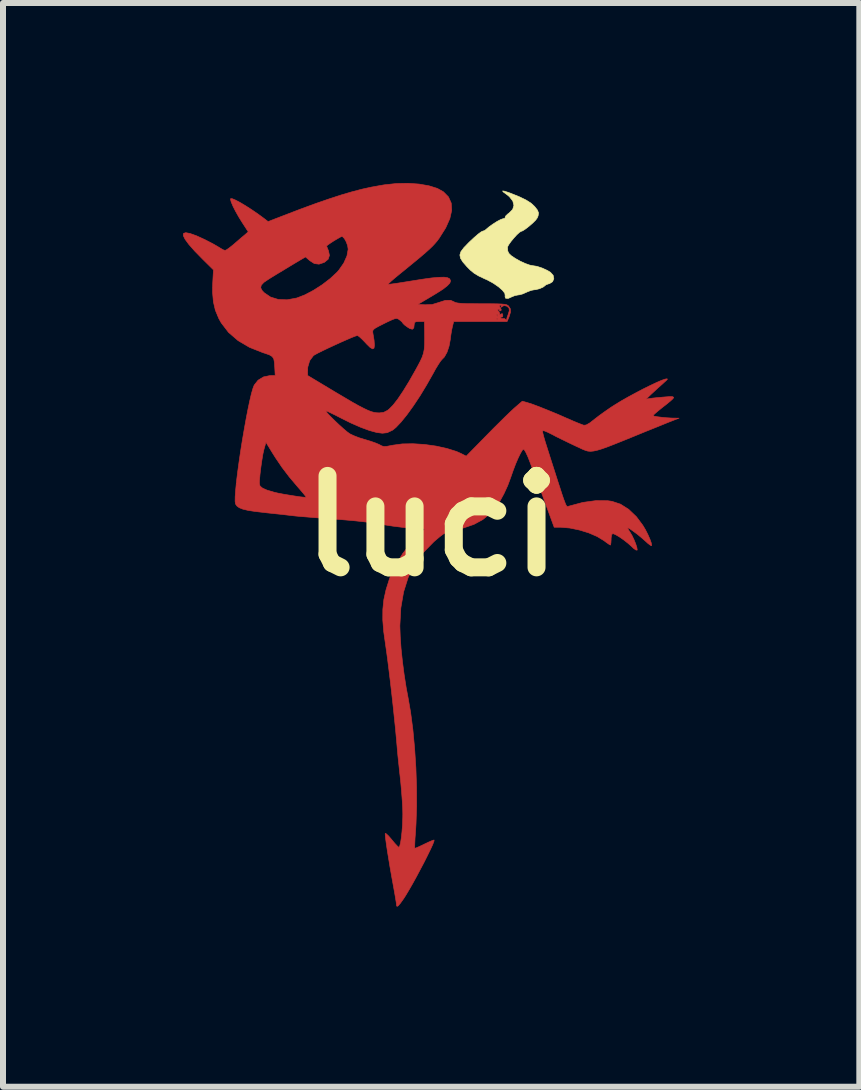
<source format=kicad_pcb>
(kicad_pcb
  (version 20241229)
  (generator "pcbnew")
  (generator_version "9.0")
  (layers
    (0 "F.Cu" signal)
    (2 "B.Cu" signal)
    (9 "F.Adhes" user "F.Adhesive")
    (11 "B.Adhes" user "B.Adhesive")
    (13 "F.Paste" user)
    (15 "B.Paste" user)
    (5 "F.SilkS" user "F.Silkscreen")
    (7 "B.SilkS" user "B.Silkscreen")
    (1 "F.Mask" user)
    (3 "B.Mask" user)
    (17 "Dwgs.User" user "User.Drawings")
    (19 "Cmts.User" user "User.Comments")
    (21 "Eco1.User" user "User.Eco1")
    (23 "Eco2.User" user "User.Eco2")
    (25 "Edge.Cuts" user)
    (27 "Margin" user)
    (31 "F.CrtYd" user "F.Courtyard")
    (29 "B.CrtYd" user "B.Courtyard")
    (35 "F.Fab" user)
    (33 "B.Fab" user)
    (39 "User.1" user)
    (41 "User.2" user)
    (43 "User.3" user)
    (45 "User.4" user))
  (footprint "luci"
    (layer "F.Cu")
    (at 4.151 5.717)
    (property "Reference" "luci" (at 0 0 0) (layer "F.SilkS") (effects (font (size 1.524 1.524) (thickness 0.3))))
    (attr through_hole)
    (fp_poly (pts (xy -0.215 -5.699) (xy -0.05 -5.67) (xy 0.088 -5.627) (xy 0.189 -5.571) (xy 0.274 -5.485) (xy 0.32 -5.382) (xy 0.328 -5.261) (xy 0.297 -5.124) (xy 0.228 -4.969) (xy 0.12 -4.798) (xy 0.115 -4.791) (xy 0.083 -4.748) (xy 0.048 -4.707) (xy 0.007 -4.663) (xy -0.045 -4.613) (xy -0.111 -4.554) (xy -0.196 -4.481) (xy -0.304 -4.392) (xy -0.438 -4.282) (xy -0.548 -4.193) (xy -0.623 -4.131) (xy -0.682 -4.08) (xy -0.721 -4.043) (xy -0.733 -4.028) (xy -0.71 -4.029) (xy -0.653 -4.036) (xy -0.567 -4.048) (xy -0.46 -4.065) (xy -0.342 -4.084) (xy -0.153 -4.114) (xy -0.002 -4.135) (xy 0.115 -4.145) (xy 0.201 -4.147) (xy 0.259 -4.138) (xy 0.293 -4.121) (xy 0.296 -4.117) (xy 0.309 -4.086) (xy 0.297 -4.049) (xy 0.256 -4.005) (xy 0.185 -3.949) (xy 0.079 -3.881) (xy 0.011 -3.84) (xy -0.235 -3.694) (xy -0.114 -3.687) (xy 0.003 -3.692) (xy 0.108 -3.724) (xy 0.22 -3.76) (xy 0.31 -3.762) (xy 0.369 -3.735) (xy 0.392 -3.724) (xy 0.431 -3.716) (xy 0.49 -3.71) (xy 0.577 -3.706) (xy 0.695 -3.705) (xy 0.826 -3.704) (xy 0.97 -3.704) (xy 1.078 -3.703) (xy 1.155 -3.7) (xy 1.208 -3.695) (xy 1.242 -3.688) (xy 1.264 -3.677) (xy 1.277 -3.665) (xy 1.306 -3.619) (xy 1.308 -3.564) (xy 1.285 -3.489) (xy 1.282 -3.481) (xy 1.251 -3.408) (xy 0.361 -3.408) (xy 0.341 -3.328) (xy 0.327 -3.264) (xy 0.313 -3.178) (xy 0.305 -3.111) (xy 0.284 -2.998) (xy 0.25 -2.896) (xy 0.206 -2.817) (xy 0.168 -2.778) (xy 0.143 -2.749) (xy 0.105 -2.692) (xy 0.058 -2.615) (xy 0.02 -2.545) (xy -0.09 -2.351) (xy -0.201 -2.168) (xy -0.312 -2.001) (xy -0.418 -1.854) (xy -0.516 -1.733) (xy -0.602 -1.642) (xy -0.656 -1.598) (xy -0.747 -1.555) (xy -0.827 -1.546) (xy -0.921 -1.558) (xy -1.045 -1.592) (xy -1.191 -1.646) (xy -1.355 -1.718) (xy -1.518 -1.799) (xy -1.609 -1.846) (xy -1.687 -1.884) (xy -1.742 -1.91) (xy -1.769 -1.92) (xy -1.77 -1.92) (xy -1.761 -1.901) (xy -1.727 -1.861) (xy -1.674 -1.807) (xy -1.61 -1.744) (xy -1.541 -1.679) (xy -1.473 -1.618) (xy -1.415 -1.569) (xy -1.371 -1.537) (xy -1.367 -1.535) (xy -1.304 -1.505) (xy -1.217 -1.471) (xy -1.123 -1.442) (xy -1.111 -1.439) (xy -1.022 -1.412) (xy -0.94 -1.383) (xy -0.881 -1.358) (xy -0.874 -1.354) (xy -0.836 -1.334) (xy -0.801 -1.325) (xy -0.756 -1.327) (xy -0.688 -1.34) (xy -0.651 -1.347) (xy -0.497 -1.368) (xy -0.317 -1.371) (xy -0.126 -1.359) (xy 0.067 -1.332) (xy 0.248 -1.292) (xy 0.408 -1.242) (xy 0.488 -1.206) (xy 0.57 -1.164) (xy 0.915 -1.516) (xy 1.021 -1.624) (xy 1.126 -1.728) (xy 1.222 -1.823) (xy 1.304 -1.902) (xy 1.365 -1.959) (xy 1.382 -1.974) (xy 1.505 -2.08) (xy 1.594 -2.055) (xy 1.68 -2.027) (xy 1.797 -1.983) (xy 1.937 -1.927) (xy 2.095 -1.862) (xy 2.261 -1.789) (xy 2.265 -1.788) (xy 2.358 -1.747) (xy 2.44 -1.713) (xy 2.502 -1.689) (xy 2.531 -1.679) (xy 2.57 -1.684) (xy 2.627 -1.716) (xy 2.706 -1.777) (xy 2.708 -1.779) (xy 2.783 -1.837) (xy 2.88 -1.907) (xy 2.984 -1.979) (xy 3.053 -2.023) (xy 3.151 -2.083) (xy 3.265 -2.148) (xy 3.389 -2.215) (xy 3.514 -2.281) (xy 3.633 -2.34) (xy 3.739 -2.39) (xy 3.824 -2.427) (xy 3.881 -2.447) (xy 3.884 -2.448) (xy 3.916 -2.453) (xy 3.924 -2.448) (xy 3.906 -2.427) (xy 3.86 -2.385) (xy 3.842 -2.368) (xy 3.769 -2.304) (xy 3.695 -2.235) (xy 3.651 -2.195) (xy 3.567 -2.114) (xy 3.63 -2.125) (xy 3.681 -2.132) (xy 3.759 -2.14) (xy 3.85 -2.148) (xy 3.873 -2.15) (xy 3.954 -2.156) (xy 4.006 -2.156) (xy 4.027 -2.146) (xy 4.018 -2.124) (xy 3.976 -2.085) (xy 3.903 -2.025) (xy 3.841 -1.977) (xy 3.773 -1.922) (xy 3.719 -1.876) (xy 3.688 -1.847) (xy 3.683 -1.84) (xy 3.702 -1.831) (xy 3.754 -1.821) (xy 3.826 -1.812) (xy 3.909 -1.804) (xy 3.992 -1.799) (xy 4.03 -1.798) (xy 4.117 -1.797) (xy 4.043 -1.769) (xy 4 -1.752) (xy 3.926 -1.723) (xy 3.828 -1.683) (xy 3.712 -1.636) (xy 3.588 -1.586) (xy 3.577 -1.582) (xy 3.365 -1.495) (xy 3.188 -1.423) (xy 3.043 -1.365) (xy 2.925 -1.319) (xy 2.829 -1.285) (xy 2.753 -1.262) (xy 2.692 -1.249) (xy 2.641 -1.244) (xy 2.597 -1.248) (xy 2.556 -1.26) (xy 2.513 -1.277) (xy 2.464 -1.3) (xy 2.412 -1.324) (xy 2.3 -1.377) (xy 2.179 -1.436) (xy 2.067 -1.491) (xy 2.017 -1.518) (xy 1.931 -1.561) (xy 1.876 -1.584) (xy 1.848 -1.588) (xy 1.841 -1.578) (xy 1.848 -1.544) (xy 1.864 -1.481) (xy 1.888 -1.399) (xy 1.904 -1.349) (xy 1.977 -1.118) (xy 2.039 -0.925) (xy 2.09 -0.765) (xy 2.132 -0.636) (xy 2.165 -0.534) (xy 2.191 -0.457) (xy 2.212 -0.401) (xy 2.227 -0.363) (xy 2.239 -0.339) (xy 2.249 -0.327) (xy 2.257 -0.324) (xy 2.265 -0.325) (xy 2.275 -0.329) (xy 2.275 -0.329) (xy 2.514 -0.393) (xy 2.733 -0.423) (xy 2.93 -0.421) (xy 2.999 -0.411) (xy 3.141 -0.364) (xy 3.277 -0.278) (xy 3.406 -0.155) (xy 3.512 -0.013) (xy 3.557 0.062) (xy 3.598 0.143) (xy 3.632 0.22) (xy 3.654 0.282) (xy 3.66 0.322) (xy 3.657 0.329) (xy 3.639 0.321) (xy 3.598 0.29) (xy 3.552 0.248) (xy 3.49 0.194) (xy 3.424 0.139) (xy 3.359 0.091) (xy 3.306 0.053) (xy 3.27 0.032) (xy 3.26 0.032) (xy 3.271 0.058) (xy 3.298 0.1) (xy 3.301 0.104) (xy 3.333 0.158) (xy 3.366 0.227) (xy 3.395 0.298) (xy 3.414 0.358) (xy 3.42 0.397) (xy 3.418 0.403) (xy 3.398 0.4) (xy 3.359 0.373) (xy 3.328 0.343) (xy 3.266 0.288) (xy 3.195 0.232) (xy 3.123 0.182) (xy 3.06 0.145) (xy 3.017 0.127) (xy 3.013 0.127) (xy 2.993 0.145) (xy 2.985 0.201) (xy 2.985 0.222) (xy 2.982 0.279) (xy 2.976 0.313) (xy 2.973 0.318) (xy 2.951 0.306) (xy 2.906 0.275) (xy 2.865 0.244) (xy 2.753 0.176) (xy 2.612 0.115) (xy 2.456 0.067) (xy 2.296 0.034) (xy 2.147 0.021) (xy 2.139 0.021) (xy 2.036 0.021) (xy 1.906 -0.333) (xy 1.862 -0.454) (xy 1.821 -0.566) (xy 1.785 -0.66) (xy 1.759 -0.73) (xy 1.747 -0.762) (xy 1.727 -0.813) (xy 1.697 -0.891) (xy 1.662 -0.985) (xy 1.635 -1.058) (xy 1.597 -1.155) (xy 1.563 -1.228) (xy 1.537 -1.271) (xy 1.525 -1.281) (xy 1.504 -1.262) (xy 1.473 -1.209) (xy 1.435 -1.131) (xy 1.393 -1.033) (xy 1.351 -0.922) (xy 1.312 -0.81) (xy 1.262 -0.675) (xy 1.199 -0.538) (xy 1.132 -0.415) (xy 1.082 -0.339) (xy 0.97 -0.208) (xy 0.845 -0.106) (xy 0.699 -0.027) (xy 0.524 0.033) (xy 0.392 0.064) (xy 0.312 0.082) (xy 0.251 0.102) (xy 0.195 0.13) (xy 0.135 0.174) (xy 0.059 0.238) (xy 0.03 0.263) (xy -0.146 0.443) (xy -0.289 0.64) (xy -0.398 0.858) (xy -0.474 1.099) (xy -0.52 1.365) (xy -0.536 1.659) (xy -0.536 1.672) (xy -0.53 1.843) (xy -0.516 2.044) (xy -0.493 2.261) (xy -0.464 2.483) (xy -0.43 2.699) (xy -0.402 2.847) (xy -0.357 3.106) (xy -0.319 3.397) (xy -0.29 3.71) (xy -0.269 4.033) (xy -0.258 4.357) (xy -0.257 4.671) (xy -0.267 4.965) (xy -0.275 5.1) (xy -0.283 5.2) (xy -0.287 5.285) (xy -0.289 5.344) (xy -0.288 5.37) (xy -0.288 5.371) (xy -0.266 5.366) (xy -0.217 5.345) (xy -0.149 5.313) (xy -0.127 5.302) (xy -0.055 5.268) (xy 0.001 5.244) (xy 0.032 5.234) (xy 0.035 5.235) (xy 0.031 5.259) (xy 0.01 5.313) (xy -0.027 5.393) (xy -0.075 5.491) (xy -0.131 5.603) (xy -0.194 5.722) (xy -0.258 5.843) (xy -0.322 5.959) (xy -0.383 6.065) (xy -0.436 6.154) (xy -0.469 6.206) (xy -0.525 6.285) (xy -0.563 6.33) (xy -0.584 6.341) (xy -0.593 6.321) (xy -0.593 6.314) (xy -0.596 6.28) (xy -0.607 6.213) (xy -0.622 6.123) (xy -0.641 6.018) (xy -0.644 6.001) (xy -0.672 5.847) (xy -0.699 5.694) (xy -0.723 5.548) (xy -0.745 5.414) (xy -0.762 5.298) (xy -0.774 5.208) (xy -0.78 5.147) (xy -0.78 5.124) (xy -0.765 5.129) (xy -0.73 5.161) (xy -0.684 5.213) (xy -0.671 5.229) (xy -0.621 5.289) (xy -0.579 5.334) (xy -0.555 5.355) (xy -0.552 5.355) (xy -0.539 5.335) (xy -0.525 5.281) (xy -0.512 5.199) (xy -0.501 5.098) (xy -0.492 4.985) (xy -0.488 4.868) (xy -0.487 4.805) (xy -0.489 4.701) (xy -0.497 4.568) (xy -0.508 4.422) (xy -0.521 4.277) (xy -0.527 4.219) (xy -0.542 4.085) (xy -0.556 3.951) (xy -0.569 3.829) (xy -0.578 3.731) (xy -0.581 3.694) (xy -0.594 3.547) (xy -0.61 3.374) (xy -0.63 3.182) (xy -0.651 2.98) (xy -0.674 2.775) (xy -0.697 2.575) (xy -0.72 2.387) (xy -0.741 2.22) (xy -0.76 2.08) (xy -0.773 1.99) (xy -0.805 1.763) (xy -0.821 1.567) (xy -0.82 1.391) (xy -0.803 1.227) (xy -0.767 1.064) (xy -0.714 0.895) (xy -0.698 0.85) (xy -0.607 0.652) (xy -0.486 0.456) (xy -0.344 0.275) (xy -0.246 0.173) (xy -0.19 0.119) (xy -0.148 0.077) (xy -0.128 0.053) (xy -0.127 0.052) (xy -0.146 0.046) (xy -0.194 0.043) (xy -0.228 0.042) (xy -0.339 0.038) (xy -0.482 0.024) (xy -0.649 0.003) (xy -0.831 -0.025) (xy -0.921 -0.041) (xy -1.012 -0.055) (xy -1.136 -0.07) (xy -1.282 -0.086) (xy -1.439 -0.1) (xy -1.599 -0.113) (xy -1.651 -0.117) (xy -1.803 -0.128) (xy -1.95 -0.139) (xy -2.085 -0.15) (xy -2.199 -0.159) (xy -2.282 -0.167) (xy -2.307 -0.17) (xy -2.387 -0.179) (xy -2.496 -0.192) (xy -2.621 -0.205) (xy -2.752 -0.219) (xy -2.794 -0.224) (xy -2.949 -0.242) (xy -3.067 -0.26) (xy -3.154 -0.281) (xy -3.214 -0.305) (xy -3.253 -0.334) (xy -3.276 -0.368) (xy -3.282 -0.411) (xy -3.281 -0.49) (xy -3.273 -0.6) (xy -3.263 -0.704) (xy -2.878 -0.704) (xy -2.866 -0.665) (xy -2.825 -0.631) (xy -2.751 -0.598) (xy -2.639 -0.565) (xy -2.629 -0.562) (xy -2.564 -0.547) (xy -2.48 -0.531) (xy -2.385 -0.515) (xy -2.291 -0.5) (xy -2.206 -0.487) (xy -2.14 -0.48) (xy -2.103 -0.478) (xy -2.099 -0.479) (xy -2.108 -0.496) (xy -2.141 -0.538) (xy -2.191 -0.597) (xy -2.238 -0.651) (xy -2.38 -0.819) (xy -2.501 -0.978) (xy -2.612 -1.142) (xy -2.666 -1.228) (xy -2.768 -1.395) (xy -2.802 -1.274) (xy -2.819 -1.199) (xy -2.836 -1.096) (xy -2.853 -0.978) (xy -2.867 -0.862) (xy -2.876 -0.76) (xy -2.878 -0.704) (xy -3.263 -0.704) (xy -3.26 -0.735) (xy -3.241 -0.89) (xy -3.218 -1.059) (xy -3.192 -1.238) (xy -3.163 -1.42) (xy -3.132 -1.601) (xy -3.101 -1.775) (xy -3.07 -1.936) (xy -3.04 -2.079) (xy -3.012 -2.2) (xy -2.986 -2.291) (xy -2.964 -2.348) (xy -2.899 -2.43) (xy -2.808 -2.485) (xy -2.702 -2.507) (xy -2.699 -2.507) (xy -2.614 -2.508) (xy -2.619 -2.599) (xy -2.074 -2.599) (xy -2.073 -2.508) (xy -1.793 -2.34) (xy -1.605 -2.227) (xy -1.449 -2.135) (xy -1.322 -2.06) (xy -1.218 -2.002) (xy -1.134 -1.959) (xy -1.067 -1.927) (xy -1.012 -1.906) (xy -0.965 -1.893) (xy -0.922 -1.887) (xy -0.879 -1.885) (xy -0.878 -1.885) (xy -0.806 -1.894) (xy -0.74 -1.928) (xy -0.714 -1.949) (xy -0.65 -2.014) (xy -0.571 -2.115) (xy -0.481 -2.249) (xy -0.382 -2.41) (xy -0.276 -2.597) (xy -0.237 -2.668) (xy -0.195 -2.748) (xy -0.164 -2.815) (xy -0.143 -2.878) (xy -0.13 -2.944) (xy -0.124 -3.025) (xy -0.123 -3.129) (xy -0.124 -3.265) (xy -0.125 -3.276) (xy -0.127 -3.408) (xy -0.212 -3.408) (xy -0.267 -3.405) (xy -0.291 -3.391) (xy -0.297 -3.36) (xy -0.304 -3.301) (xy -0.328 -3.279) (xy -0.373 -3.292) (xy -0.408 -3.314) (xy -0.456 -3.349) (xy -0.484 -3.376) (xy -0.487 -3.382) (xy -0.503 -3.404) (xy -0.541 -3.435) (xy -0.541 -3.436) (xy -0.563 -3.45) (xy 1.079 -3.45) (xy 1.087 -3.433) (xy 1.094 -3.436) (xy 1.096 -3.461) (xy 1.094 -3.464) (xy 1.081 -3.461) (xy 1.079 -3.45) (xy -0.563 -3.45) (xy -0.566 -3.452) (xy -0.59 -3.459) (xy -0.62 -3.455) (xy -0.667 -3.437) (xy -0.739 -3.404) (xy -0.796 -3.376) (xy -0.885 -3.331) (xy -0.943 -3.299) (xy -0.975 -3.275) (xy -0.988 -3.253) (xy -0.988 -3.229) (xy -0.987 -3.221) (xy -0.966 -3.096) (xy -0.96 -3.011) (xy -0.967 -2.964) (xy -0.991 -2.952) (xy -1.031 -2.975) (xy -1.089 -3.032) (xy -1.11 -3.055) (xy -1.165 -3.112) (xy -1.212 -3.155) (xy -1.242 -3.175) (xy -1.244 -3.175) (xy -1.275 -3.166) (xy -1.335 -3.143) (xy -1.418 -3.107) (xy -1.516 -3.064) (xy -1.621 -3.016) (xy -1.725 -2.968) (xy -1.821 -2.922) (xy -1.9 -2.883) (xy -1.955 -2.853) (xy -1.976 -2.84) (xy -2.039 -2.756) (xy -2.071 -2.649) (xy -2.074 -2.599) (xy -2.619 -2.599) (xy -2.621 -2.635) (xy -2.627 -2.726) (xy -2.638 -2.786) (xy -2.664 -2.824) (xy -2.71 -2.852) (xy -2.787 -2.879) (xy -2.822 -2.89) (xy -3.043 -2.978) (xy -3.233 -3.09) (xy -3.391 -3.226) (xy -3.513 -3.385) (xy -3.553 -3.456) (xy -3.577 -3.514) (xy 1.079 -3.514) (xy 1.087 -3.496) (xy 1.094 -3.5) (xy 1.096 -3.525) (xy 1.094 -3.528) (xy 1.081 -3.525) (xy 1.079 -3.514) (xy -3.577 -3.514) (xy -3.61 -3.592) (xy -3.614 -3.608) (xy 1.091 -3.608) (xy 1.102 -3.588) (xy 1.111 -3.577) (xy 1.13 -3.542) (xy 1.127 -3.523) (xy 1.127 -3.518) (xy 1.144 -3.529) (xy 1.17 -3.541) (xy 1.179 -3.517) (xy 1.18 -3.512) (xy 1.174 -3.484) (xy 1.163 -3.483) (xy 1.145 -3.479) (xy 1.143 -3.47) (xy 1.158 -3.455) (xy 1.174 -3.458) (xy 1.208 -3.457) (xy 1.218 -3.449) (xy 1.237 -3.43) (xy 1.246 -3.44) (xy 1.245 -3.445) (xy 1.25 -3.474) (xy 1.267 -3.52) (xy 1.288 -3.588) (xy 1.283 -3.631) (xy 1.251 -3.661) (xy 1.247 -3.663) (xy 1.202 -3.675) (xy 1.169 -3.658) (xy 1.146 -3.642) (xy 1.151 -3.656) (xy 1.151 -3.657) (xy 1.153 -3.68) (xy 1.144 -3.683) (xy 1.123 -3.67) (xy 1.133 -3.64) (xy 1.145 -3.626) (xy 1.155 -3.6) (xy 1.142 -3.587) (xy 1.125 -3.583) (xy 1.128 -3.592) (xy 1.124 -3.61) (xy 1.11 -3.612) (xy 1.091 -3.608) (xy -3.614 -3.608) (xy -3.644 -3.735) (xy -3.658 -3.895) (xy -3.657 -3.97) (xy -2.856 -3.97) (xy -2.831 -3.923) (xy -2.799 -3.889) (xy -2.692 -3.816) (xy -2.563 -3.776) (xy -2.416 -3.77) (xy -2.255 -3.8) (xy -2.249 -3.802) (xy -2.12 -3.852) (xy -1.976 -3.928) (xy -1.831 -4.021) (xy -1.697 -4.124) (xy -1.584 -4.229) (xy -1.551 -4.267) (xy -1.471 -4.382) (xy -1.418 -4.501) (xy -1.398 -4.612) (xy -1.398 -4.614) (xy -1.407 -4.673) (xy -1.43 -4.736) (xy -1.46 -4.79) (xy -1.491 -4.822) (xy -1.503 -4.826) (xy -1.527 -4.816) (xy -1.574 -4.789) (xy -1.632 -4.755) (xy -1.689 -4.718) (xy -1.734 -4.687) (xy -1.756 -4.668) (xy -1.757 -4.667) (xy -1.75 -4.646) (xy -1.732 -4.601) (xy -1.727 -4.59) (xy -1.71 -4.51) (xy -1.732 -4.445) (xy -1.794 -4.395) (xy -1.797 -4.393) (xy -1.884 -4.364) (xy -1.962 -4.374) (xy -2.038 -4.423) (xy -2.109 -4.485) (xy -2.256 -4.398) (xy -2.316 -4.362) (xy -2.369 -4.33) (xy -2.422 -4.298) (xy -2.484 -4.26) (xy -2.563 -4.213) (xy -2.666 -4.15) (xy -2.719 -4.117) (xy -2.802 -4.061) (xy -2.846 -4.014) (xy -2.856 -3.97) (xy -3.657 -3.97) (xy -3.655 -4.055) (xy -3.643 -4.269) (xy -3.823 -4.447) (xy -3.955 -4.582) (xy -4.053 -4.693) (xy -4.116 -4.779) (xy -4.146 -4.84) (xy -4.142 -4.877) (xy -4.104 -4.889) (xy -4.032 -4.875) (xy -3.926 -4.837) (xy -3.786 -4.773) (xy -3.736 -4.747) (xy -3.656 -4.706) (xy -3.585 -4.665) (xy -3.535 -4.635) (xy -3.532 -4.633) (xy -3.485 -4.605) (xy -3.45 -4.593) (xy -3.449 -4.593) (xy -3.421 -4.606) (xy -3.372 -4.641) (xy -3.312 -4.689) (xy -3.306 -4.694) (xy -3.238 -4.753) (xy -3.172 -4.81) (xy -3.126 -4.848) (xy -3.063 -4.903) (xy -3.163 -5.057) (xy -3.222 -5.152) (xy -3.275 -5.246) (xy -3.318 -5.331) (xy -3.347 -5.399) (xy -3.359 -5.444) (xy -3.357 -5.456) (xy -3.33 -5.455) (xy -3.275 -5.432) (xy -3.199 -5.392) (xy -3.107 -5.337) (xy -3.006 -5.272) (xy -2.902 -5.201) (xy -2.8 -5.126) (xy -2.79 -5.118) (xy -2.733 -5.074) (xy -2.473 -5.174) (xy -2.189 -5.283) (xy -1.938 -5.375) (xy -1.715 -5.452) (xy -1.516 -5.517) (xy -1.335 -5.57) (xy -1.168 -5.614) (xy -1.008 -5.649) (xy -0.851 -5.677) (xy -0.798 -5.686) (xy -0.596 -5.708) (xy -0.399 -5.712) (xy -0.215 -5.699)) (stroke (width 0.01) (type solid)) (fill yes) (layer "F.Cu"))
    (fp_poly (pts (xy -0.215 -5.699) (xy -0.05 -5.67) (xy 0.088 -5.627) (xy 0.189 -5.571) (xy 0.274 -5.485) (xy 0.32 -5.382) (xy 0.328 -5.261) (xy 0.297 -5.124) (xy 0.228 -4.969) (xy 0.12 -4.798) (xy 0.115 -4.791) (xy 0.083 -4.748) (xy 0.048 -4.707) (xy 0.007 -4.663) (xy -0.045 -4.613) (xy -0.111 -4.554) (xy -0.196 -4.481) (xy -0.304 -4.392) (xy -0.438 -4.282) (xy -0.548 -4.193) (xy -0.623 -4.131) (xy -0.682 -4.08) (xy -0.721 -4.043) (xy -0.733 -4.028) (xy -0.71 -4.029) (xy -0.653 -4.036) (xy -0.567 -4.048) (xy -0.46 -4.065) (xy -0.342 -4.084) (xy -0.153 -4.114) (xy -0.002 -4.135) (xy 0.115 -4.145) (xy 0.201 -4.147) (xy 0.259 -4.138) (xy 0.293 -4.121) (xy 0.296 -4.117) (xy 0.309 -4.086) (xy 0.297 -4.049) (xy 0.256 -4.005) (xy 0.185 -3.949) (xy 0.079 -3.881) (xy 0.011 -3.84) (xy -0.235 -3.694) (xy -0.114 -3.687) (xy 0.003 -3.692) (xy 0.108 -3.724) (xy 0.22 -3.76) (xy 0.31 -3.762) (xy 0.369 -3.735) (xy 0.392 -3.724) (xy 0.431 -3.716) (xy 0.49 -3.71) (xy 0.577 -3.706) (xy 0.695 -3.705) (xy 0.826 -3.704) (xy 0.97 -3.704) (xy 1.078 -3.703) (xy 1.155 -3.7) (xy 1.208 -3.695) (xy 1.242 -3.688) (xy 1.264 -3.677) (xy 1.277 -3.665) (xy 1.306 -3.619) (xy 1.308 -3.564) (xy 1.285 -3.489) (xy 1.282 -3.481) (xy 1.251 -3.408) (xy 0.361 -3.408) (xy 0.341 -3.328) (xy 0.327 -3.264) (xy 0.313 -3.178) (xy 0.305 -3.111) (xy 0.284 -2.998) (xy 0.25 -2.896) (xy 0.206 -2.817) (xy 0.168 -2.778) (xy 0.143 -2.749) (xy 0.105 -2.692) (xy 0.058 -2.615) (xy 0.02 -2.545) (xy -0.09 -2.351) (xy -0.201 -2.168) (xy -0.312 -2.001) (xy -0.418 -1.854) (xy -0.516 -1.733) (xy -0.602 -1.642) (xy -0.656 -1.598) (xy -0.747 -1.555) (xy -0.827 -1.546) (xy -0.921 -1.558) (xy -1.045 -1.592) (xy -1.191 -1.646) (xy -1.355 -1.718) (xy -1.518 -1.799) (xy -1.609 -1.846) (xy -1.687 -1.884) (xy -1.742 -1.91) (xy -1.769 -1.92) (xy -1.77 -1.92) (xy -1.761 -1.901) (xy -1.727 -1.861) (xy -1.674 -1.807) (xy -1.61 -1.744) (xy -1.541 -1.679) (xy -1.473 -1.618) (xy -1.415 -1.569) (xy -1.371 -1.537) (xy -1.367 -1.535) (xy -1.304 -1.505) (xy -1.217 -1.471) (xy -1.123 -1.442) (xy -1.111 -1.439) (xy -1.022 -1.412) (xy -0.94 -1.383) (xy -0.881 -1.358) (xy -0.874 -1.354) (xy -0.836 -1.334) (xy -0.801 -1.325) (xy -0.756 -1.327) (xy -0.688 -1.34) (xy -0.651 -1.347) (xy -0.497 -1.368) (xy -0.317 -1.371) (xy -0.126 -1.359) (xy 0.067 -1.332) (xy 0.248 -1.292) (xy 0.408 -1.242) (xy 0.488 -1.206) (xy 0.57 -1.164) (xy 0.915 -1.516) (xy 1.021 -1.624) (xy 1.126 -1.728) (xy 1.222 -1.823) (xy 1.304 -1.902) (xy 1.365 -1.959) (xy 1.382 -1.974) (xy 1.505 -2.08) (xy 1.594 -2.055) (xy 1.68 -2.027) (xy 1.797 -1.983) (xy 1.937 -1.927) (xy 2.095 -1.862) (xy 2.261 -1.789) (xy 2.265 -1.788) (xy 2.358 -1.747) (xy 2.44 -1.713) (xy 2.502 -1.689) (xy 2.531 -1.679) (xy 2.57 -1.684) (xy 2.627 -1.716) (xy 2.706 -1.777) (xy 2.708 -1.779) (xy 2.783 -1.837) (xy 2.88 -1.907) (xy 2.984 -1.979) (xy 3.053 -2.023) (xy 3.151 -2.083) (xy 3.265 -2.148) (xy 3.389 -2.215) (xy 3.514 -2.281) (xy 3.633 -2.34) (xy 3.739 -2.39) (xy 3.824 -2.427) (xy 3.881 -2.447) (xy 3.884 -2.448) (xy 3.916 -2.453) (xy 3.924 -2.448) (xy 3.906 -2.427) (xy 3.86 -2.385) (xy 3.842 -2.368) (xy 3.769 -2.304) (xy 3.695 -2.235) (xy 3.651 -2.195) (xy 3.567 -2.114) (xy 3.63 -2.125) (xy 3.681 -2.132) (xy 3.759 -2.14) (xy 3.85 -2.148) (xy 3.873 -2.15) (xy 3.954 -2.156) (xy 4.006 -2.156) (xy 4.027 -2.146) (xy 4.018 -2.124) (xy 3.976 -2.085) (xy 3.903 -2.025) (xy 3.841 -1.977) (xy 3.773 -1.922) (xy 3.719 -1.876) (xy 3.688 -1.847) (xy 3.683 -1.84) (xy 3.702 -1.831) (xy 3.754 -1.821) (xy 3.826 -1.812) (xy 3.909 -1.804) (xy 3.992 -1.799) (xy 4.03 -1.798) (xy 4.117 -1.797) (xy 4.043 -1.769) (xy 4 -1.752) (xy 3.926 -1.723) (xy 3.828 -1.683) (xy 3.712 -1.636) (xy 3.588 -1.586) (xy 3.577 -1.582) (xy 3.365 -1.495) (xy 3.188 -1.423) (xy 3.043 -1.365) (xy 2.925 -1.319) (xy 2.829 -1.285) (xy 2.753 -1.262) (xy 2.692 -1.249) (xy 2.641 -1.244) (xy 2.597 -1.248) (xy 2.556 -1.26) (xy 2.513 -1.277) (xy 2.464 -1.3) (xy 2.412 -1.324) (xy 2.3 -1.377) (xy 2.179 -1.436) (xy 2.067 -1.491) (xy 2.017 -1.518) (xy 1.931 -1.561) (xy 1.876 -1.584) (xy 1.848 -1.588) (xy 1.841 -1.578) (xy 1.848 -1.544) (xy 1.864 -1.481) (xy 1.888 -1.399) (xy 1.904 -1.349) (xy 1.977 -1.118) (xy 2.039 -0.925) (xy 2.09 -0.765) (xy 2.132 -0.636) (xy 2.165 -0.534) (xy 2.191 -0.457) (xy 2.212 -0.401) (xy 2.227 -0.363) (xy 2.239 -0.339) (xy 2.249 -0.327) (xy 2.257 -0.324) (xy 2.265 -0.325) (xy 2.275 -0.329) (xy 2.275 -0.329) (xy 2.514 -0.393) (xy 2.733 -0.423) (xy 2.93 -0.421) (xy 2.999 -0.411) (xy 3.141 -0.364) (xy 3.277 -0.278) (xy 3.406 -0.155) (xy 3.512 -0.013) (xy 3.557 0.062) (xy 3.598 0.143) (xy 3.632 0.22) (xy 3.654 0.282) (xy 3.66 0.322) (xy 3.657 0.329) (xy 3.639 0.321) (xy 3.598 0.29) (xy 3.552 0.248) (xy 3.49 0.194) (xy 3.424 0.139) (xy 3.359 0.091) (xy 3.306 0.053) (xy 3.27 0.032) (xy 3.26 0.032) (xy 3.271 0.058) (xy 3.298 0.1) (xy 3.301 0.104) (xy 3.333 0.158) (xy 3.366 0.227) (xy 3.395 0.298) (xy 3.414 0.358) (xy 3.42 0.397) (xy 3.418 0.403) (xy 3.398 0.4) (xy 3.359 0.373) (xy 3.328 0.343) (xy 3.266 0.288) (xy 3.195 0.232) (xy 3.123 0.182) (xy 3.06 0.145) (xy 3.017 0.127) (xy 3.013 0.127) (xy 2.993 0.145) (xy 2.985 0.201) (xy 2.985 0.222) (xy 2.982 0.279) (xy 2.976 0.313) (xy 2.973 0.318) (xy 2.951 0.306) (xy 2.906 0.275) (xy 2.865 0.244) (xy 2.753 0.176) (xy 2.612 0.115) (xy 2.456 0.067) (xy 2.296 0.034) (xy 2.147 0.021) (xy 2.139 0.021) (xy 2.036 0.021) (xy 1.906 -0.333) (xy 1.862 -0.454) (xy 1.821 -0.566) (xy 1.785 -0.66) (xy 1.759 -0.73) (xy 1.747 -0.762) (xy 1.727 -0.813) (xy 1.697 -0.891) (xy 1.662 -0.985) (xy 1.635 -1.058) (xy 1.597 -1.155) (xy 1.563 -1.228) (xy 1.537 -1.271) (xy 1.525 -1.281) (xy 1.504 -1.262) (xy 1.473 -1.209) (xy 1.435 -1.131) (xy 1.393 -1.033) (xy 1.351 -0.922) (xy 1.312 -0.81) (xy 1.262 -0.675) (xy 1.199 -0.538) (xy 1.132 -0.415) (xy 1.082 -0.339) (xy 0.97 -0.208) (xy 0.845 -0.106) (xy 0.699 -0.027) (xy 0.524 0.033) (xy 0.392 0.064) (xy 0.312 0.082) (xy 0.251 0.102) (xy 0.195 0.13) (xy 0.135 0.174) (xy 0.059 0.238) (xy 0.03 0.263) (xy -0.146 0.443) (xy -0.289 0.64) (xy -0.398 0.858) (xy -0.474 1.099) (xy -0.52 1.365) (xy -0.536 1.659) (xy -0.536 1.672) (xy -0.53 1.843) (xy -0.516 2.044) (xy -0.493 2.261) (xy -0.464 2.483) (xy -0.43 2.699) (xy -0.402 2.847) (xy -0.357 3.106) (xy -0.319 3.397) (xy -0.29 3.71) (xy -0.269 4.033) (xy -0.258 4.357) (xy -0.257 4.671) (xy -0.267 4.965) (xy -0.275 5.1) (xy -0.283 5.2) (xy -0.287 5.285) (xy -0.289 5.344) (xy -0.288 5.37) (xy -0.288 5.371) (xy -0.266 5.366) (xy -0.217 5.345) (xy -0.149 5.313) (xy -0.127 5.302) (xy -0.055 5.268) (xy 0.001 5.244) (xy 0.032 5.234) (xy 0.035 5.235) (xy 0.031 5.259) (xy 0.01 5.313) (xy -0.027 5.393) (xy -0.075 5.491) (xy -0.131 5.603) (xy -0.194 5.722) (xy -0.258 5.843) (xy -0.322 5.959) (xy -0.383 6.065) (xy -0.436 6.154) (xy -0.469 6.206) (xy -0.525 6.285) (xy -0.563 6.33) (xy -0.584 6.341) (xy -0.593 6.321) (xy -0.593 6.314) (xy -0.596 6.28) (xy -0.607 6.213) (xy -0.622 6.123) (xy -0.641 6.018) (xy -0.644 6.001) (xy -0.672 5.847) (xy -0.699 5.694) (xy -0.723 5.548) (xy -0.745 5.414) (xy -0.762 5.298) (xy -0.774 5.208) (xy -0.78 5.147) (xy -0.78 5.124) (xy -0.765 5.129) (xy -0.73 5.161) (xy -0.684 5.213) (xy -0.671 5.229) (xy -0.621 5.289) (xy -0.579 5.334) (xy -0.555 5.355) (xy -0.552 5.355) (xy -0.539 5.335) (xy -0.525 5.281) (xy -0.512 5.199) (xy -0.501 5.098) (xy -0.492 4.985) (xy -0.488 4.868) (xy -0.487 4.805) (xy -0.489 4.701) (xy -0.497 4.568) (xy -0.508 4.422) (xy -0.521 4.277) (xy -0.527 4.219) (xy -0.542 4.085) (xy -0.556 3.951) (xy -0.569 3.829) (xy -0.578 3.731) (xy -0.581 3.694) (xy -0.594 3.547) (xy -0.61 3.374) (xy -0.63 3.182) (xy -0.651 2.98) (xy -0.674 2.775) (xy -0.697 2.575) (xy -0.72 2.387) (xy -0.741 2.22) (xy -0.76 2.08) (xy -0.773 1.99) (xy -0.805 1.763) (xy -0.821 1.567) (xy -0.82 1.391) (xy -0.803 1.227) (xy -0.767 1.064) (xy -0.714 0.895) (xy -0.698 0.85) (xy -0.607 0.652) (xy -0.486 0.456) (xy -0.344 0.275) (xy -0.246 0.173) (xy -0.19 0.119) (xy -0.148 0.077) (xy -0.128 0.053) (xy -0.127 0.052) (xy -0.146 0.046) (xy -0.194 0.043) (xy -0.228 0.042) (xy -0.339 0.038) (xy -0.482 0.024) (xy -0.649 0.003) (xy -0.831 -0.025) (xy -0.921 -0.041) (xy -1.012 -0.055) (xy -1.136 -0.07) (xy -1.282 -0.086) (xy -1.439 -0.1) (xy -1.599 -0.113) (xy -1.651 -0.117) (xy -1.803 -0.128) (xy -1.95 -0.139) (xy -2.085 -0.15) (xy -2.199 -0.159) (xy -2.282 -0.167) (xy -2.307 -0.17) (xy -2.387 -0.179) (xy -2.496 -0.192) (xy -2.621 -0.205) (xy -2.752 -0.219) (xy -2.794 -0.224) (xy -2.949 -0.242) (xy -3.067 -0.26) (xy -3.154 -0.281) (xy -3.214 -0.305) (xy -3.253 -0.334) (xy -3.276 -0.368) (xy -3.282 -0.411) (xy -3.281 -0.49) (xy -3.273 -0.6) (xy -3.263 -0.704) (xy -2.878 -0.704) (xy -2.866 -0.665) (xy -2.825 -0.631) (xy -2.751 -0.598) (xy -2.639 -0.565) (xy -2.629 -0.562) (xy -2.564 -0.547) (xy -2.48 -0.531) (xy -2.385 -0.515) (xy -2.291 -0.5) (xy -2.206 -0.487) (xy -2.14 -0.48) (xy -2.103 -0.478) (xy -2.099 -0.479) (xy -2.108 -0.496) (xy -2.141 -0.538) (xy -2.191 -0.597) (xy -2.238 -0.651) (xy -2.38 -0.819) (xy -2.501 -0.978) (xy -2.612 -1.142) (xy -2.666 -1.228) (xy -2.768 -1.395) (xy -2.802 -1.274) (xy -2.819 -1.199) (xy -2.836 -1.096) (xy -2.853 -0.978) (xy -2.867 -0.862) (xy -2.876 -0.76) (xy -2.878 -0.704) (xy -3.263 -0.704) (xy -3.26 -0.735) (xy -3.241 -0.89) (xy -3.218 -1.059) (xy -3.192 -1.238) (xy -3.163 -1.42) (xy -3.132 -1.601) (xy -3.101 -1.775) (xy -3.07 -1.936) (xy -3.04 -2.079) (xy -3.012 -2.2) (xy -2.986 -2.291) (xy -2.964 -2.348) (xy -2.899 -2.43) (xy -2.808 -2.485) (xy -2.702 -2.507) (xy -2.699 -2.507) (xy -2.614 -2.508) (xy -2.619 -2.599) (xy -2.074 -2.599) (xy -2.073 -2.508) (xy -1.793 -2.34) (xy -1.605 -2.227) (xy -1.449 -2.135) (xy -1.322 -2.06) (xy -1.218 -2.002) (xy -1.134 -1.959) (xy -1.067 -1.927) (xy -1.012 -1.906) (xy -0.965 -1.893) (xy -0.922 -1.887) (xy -0.879 -1.885) (xy -0.878 -1.885) (xy -0.806 -1.894) (xy -0.74 -1.928) (xy -0.714 -1.949) (xy -0.65 -2.014) (xy -0.571 -2.115) (xy -0.481 -2.249) (xy -0.382 -2.41) (xy -0.276 -2.597) (xy -0.237 -2.668) (xy -0.195 -2.748) (xy -0.164 -2.815) (xy -0.143 -2.878) (xy -0.13 -2.944) (xy -0.124 -3.025) (xy -0.123 -3.129) (xy -0.124 -3.265) (xy -0.125 -3.276) (xy -0.127 -3.408) (xy -0.212 -3.408) (xy -0.267 -3.405) (xy -0.291 -3.391) (xy -0.297 -3.36) (xy -0.304 -3.301) (xy -0.328 -3.279) (xy -0.373 -3.292) (xy -0.408 -3.314) (xy -0.456 -3.349) (xy -0.484 -3.376) (xy -0.487 -3.382) (xy -0.503 -3.404) (xy -0.541 -3.435) (xy -0.541 -3.436) (xy -0.563 -3.45) (xy 1.079 -3.45) (xy 1.087 -3.433) (xy 1.094 -3.436) (xy 1.096 -3.461) (xy 1.094 -3.464) (xy 1.081 -3.461) (xy 1.079 -3.45) (xy -0.563 -3.45) (xy -0.566 -3.452) (xy -0.59 -3.459) (xy -0.62 -3.455) (xy -0.667 -3.437) (xy -0.739 -3.404) (xy -0.796 -3.376) (xy -0.885 -3.331) (xy -0.943 -3.299) (xy -0.975 -3.275) (xy -0.988 -3.253) (xy -0.988 -3.229) (xy -0.987 -3.221) (xy -0.966 -3.096) (xy -0.96 -3.011) (xy -0.967 -2.964) (xy -0.991 -2.952) (xy -1.031 -2.975) (xy -1.089 -3.032) (xy -1.11 -3.055) (xy -1.165 -3.112) (xy -1.212 -3.155) (xy -1.242 -3.175) (xy -1.244 -3.175) (xy -1.275 -3.166) (xy -1.335 -3.143) (xy -1.418 -3.107) (xy -1.516 -3.064) (xy -1.621 -3.016) (xy -1.725 -2.968) (xy -1.821 -2.922) (xy -1.9 -2.883) (xy -1.955 -2.853) (xy -1.976 -2.84) (xy -2.039 -2.756) (xy -2.071 -2.649) (xy -2.074 -2.599) (xy -2.619 -2.599) (xy -2.621 -2.635) (xy -2.627 -2.726) (xy -2.638 -2.786) (xy -2.664 -2.824) (xy -2.71 -2.852) (xy -2.787 -2.879) (xy -2.822 -2.89) (xy -3.043 -2.978) (xy -3.233 -3.09) (xy -3.391 -3.226) (xy -3.513 -3.385) (xy -3.553 -3.456) (xy -3.577 -3.514) (xy 1.079 -3.514) (xy 1.087 -3.496) (xy 1.094 -3.5) (xy 1.096 -3.525) (xy 1.094 -3.528) (xy 1.081 -3.525) (xy 1.079 -3.514) (xy -3.577 -3.514) (xy -3.61 -3.592) (xy -3.614 -3.608) (xy 1.091 -3.608) (xy 1.102 -3.588) (xy 1.111 -3.577) (xy 1.13 -3.542) (xy 1.127 -3.523) (xy 1.127 -3.518) (xy 1.144 -3.529) (xy 1.17 -3.541) (xy 1.179 -3.517) (xy 1.18 -3.512) (xy 1.174 -3.484) (xy 1.163 -3.483) (xy 1.145 -3.479) (xy 1.143 -3.47) (xy 1.158 -3.455) (xy 1.174 -3.458) (xy 1.208 -3.457) (xy 1.218 -3.449) (xy 1.237 -3.43) (xy 1.246 -3.44) (xy 1.245 -3.445) (xy 1.25 -3.474) (xy 1.267 -3.52) (xy 1.288 -3.588) (xy 1.283 -3.631) (xy 1.251 -3.661) (xy 1.247 -3.663) (xy 1.202 -3.675) (xy 1.169 -3.658) (xy 1.146 -3.642) (xy 1.151 -3.656) (xy 1.151 -3.657) (xy 1.153 -3.68) (xy 1.144 -3.683) (xy 1.123 -3.67) (xy 1.133 -3.64) (xy 1.145 -3.626) (xy 1.155 -3.6) (xy 1.142 -3.587) (xy 1.125 -3.583) (xy 1.128 -3.592) (xy 1.124 -3.61) (xy 1.11 -3.612) (xy 1.091 -3.608) (xy -3.614 -3.608) (xy -3.644 -3.735) (xy -3.658 -3.895) (xy -3.657 -3.97) (xy -2.856 -3.97) (xy -2.831 -3.923) (xy -2.799 -3.889) (xy -2.692 -3.816) (xy -2.563 -3.776) (xy -2.416 -3.77) (xy -2.255 -3.8) (xy -2.249 -3.802) (xy -2.12 -3.852) (xy -1.976 -3.928) (xy -1.831 -4.021) (xy -1.697 -4.124) (xy -1.584 -4.229) (xy -1.551 -4.267) (xy -1.471 -4.382) (xy -1.418 -4.501) (xy -1.398 -4.612) (xy -1.398 -4.614) (xy -1.407 -4.673) (xy -1.43 -4.736) (xy -1.46 -4.79) (xy -1.491 -4.822) (xy -1.503 -4.826) (xy -1.527 -4.816) (xy -1.574 -4.789) (xy -1.632 -4.755) (xy -1.689 -4.718) (xy -1.734 -4.687) (xy -1.756 -4.668) (xy -1.757 -4.667) (xy -1.75 -4.646) (xy -1.732 -4.601) (xy -1.727 -4.59) (xy -1.71 -4.51) (xy -1.732 -4.445) (xy -1.794 -4.395) (xy -1.797 -4.393) (xy -1.884 -4.364) (xy -1.962 -4.374) (xy -2.038 -4.423) (xy -2.109 -4.485) (xy -2.256 -4.398) (xy -2.316 -4.362) (xy -2.369 -4.33) (xy -2.422 -4.298) (xy -2.484 -4.26) (xy -2.563 -4.213) (xy -2.666 -4.15) (xy -2.719 -4.117) (xy -2.802 -4.061) (xy -2.846 -4.014) (xy -2.856 -3.97) (xy -3.657 -3.97) (xy -3.655 -4.055) (xy -3.643 -4.269) (xy -3.823 -4.447) (xy -3.955 -4.582) (xy -4.053 -4.693) (xy -4.116 -4.779) (xy -4.146 -4.84) (xy -4.142 -4.877) (xy -4.104 -4.889) (xy -4.032 -4.875) (xy -3.926 -4.837) (xy -3.786 -4.773) (xy -3.736 -4.747) (xy -3.656 -4.706) (xy -3.585 -4.665) (xy -3.535 -4.635) (xy -3.532 -4.633) (xy -3.485 -4.605) (xy -3.45 -4.593) (xy -3.449 -4.593) (xy -3.421 -4.606) (xy -3.372 -4.641) (xy -3.312 -4.689) (xy -3.306 -4.694) (xy -3.238 -4.753) (xy -3.172 -4.81) (xy -3.126 -4.848) (xy -3.063 -4.903) (xy -3.163 -5.057) (xy -3.222 -5.152) (xy -3.275 -5.246) (xy -3.318 -5.331) (xy -3.347 -5.399) (xy -3.359 -5.444) (xy -3.357 -5.456) (xy -3.33 -5.455) (xy -3.275 -5.432) (xy -3.199 -5.392) (xy -3.107 -5.337) (xy -3.006 -5.272) (xy -2.902 -5.201) (xy -2.8 -5.126) (xy -2.79 -5.118) (xy -2.733 -5.074) (xy -2.473 -5.174) (xy -2.189 -5.283) (xy -1.938 -5.375) (xy -1.715 -5.452) (xy -1.516 -5.517) (xy -1.335 -5.57) (xy -1.168 -5.614) (xy -1.008 -5.649) (xy -0.851 -5.677) (xy -0.798 -5.686) (xy -0.596 -5.708) (xy -0.399 -5.712) (xy -0.215 -5.699)) (stroke (width 0.01) (type solid)) (fill yes) (layer "F.Mask"))
    (fp_poly (pts (xy 1.201 -5.582) (xy 1.262 -5.563) (xy 1.312 -5.545) (xy 1.458 -5.486) (xy 1.569 -5.432) (xy 1.651 -5.38) (xy 1.71 -5.325) (xy 1.757 -5.265) (xy 1.775 -5.218) (xy 1.768 -5.169) (xy 1.753 -5.134) (xy 1.727 -5.098) (xy 1.679 -5.05) (xy 1.619 -4.998) (xy 1.56 -4.952) (xy 1.511 -4.92) (xy 1.485 -4.911) (xy 1.458 -4.895) (xy 1.414 -4.855) (xy 1.364 -4.8) (xy 1.315 -4.741) (xy 1.277 -4.687) (xy 1.258 -4.65) (xy 1.262 -4.583) (xy 1.281 -4.543) (xy 1.32 -4.505) (xy 1.387 -4.46) (xy 1.469 -4.414) (xy 1.554 -4.375) (xy 1.63 -4.348) (xy 1.677 -4.339) (xy 1.748 -4.328) (xy 1.836 -4.299) (xy 1.923 -4.259) (xy 1.974 -4.228) (xy 2.019 -4.178) (xy 2.03 -4.122) (xy 2.009 -4.072) (xy 1.957 -4.039) (xy 1.936 -4.034) (xy 1.897 -4.019) (xy 1.887 -4.009) (xy 1.85 -3.981) (xy 1.791 -3.955) (xy 1.727 -3.939) (xy 1.703 -3.937) (xy 1.651 -3.927) (xy 1.587 -3.902) (xy 1.572 -3.895) (xy 1.508 -3.867) (xy 1.45 -3.852) (xy 1.44 -3.852) (xy 1.38 -3.84) (xy 1.333 -3.821) (xy 1.27 -3.793) (xy 1.229 -3.796) (xy 1.222 -3.801) (xy 1.217 -3.83) (xy 1.219 -3.84) (xy 1.213 -3.879) (xy 1.174 -3.929) (xy 1.109 -3.986) (xy 1.025 -4.044) (xy 0.927 -4.098) (xy 0.882 -4.118) (xy 0.78 -4.166) (xy 0.703 -4.212) (xy 0.637 -4.266) (xy 0.581 -4.323) (xy 0.514 -4.4) (xy 0.475 -4.462) (xy 0.464 -4.517) (xy 0.482 -4.574) (xy 0.531 -4.639) (xy 0.611 -4.722) (xy 0.637 -4.747) (xy 0.708 -4.813) (xy 0.77 -4.866) (xy 0.816 -4.9) (xy 0.836 -4.911) (xy 0.875 -4.924) (xy 0.893 -4.937) (xy 0.947 -4.983) (xy 1.015 -5.032) (xy 1.084 -5.076) (xy 1.145 -5.108) (xy 1.185 -5.122) (xy 1.187 -5.122) (xy 1.216 -5.13) (xy 1.218 -5.142) (xy 1.226 -5.165) (xy 1.261 -5.199) (xy 1.284 -5.216) (xy 1.344 -5.276) (xy 1.365 -5.345) (xy 1.346 -5.417) (xy 1.289 -5.49) (xy 1.233 -5.534) (xy 1.187 -5.568) (xy 1.176 -5.584) (xy 1.201 -5.582)) (stroke (width 0.01) (type solid)) (fill yes) (layer "F.SilkS"))
    (fp_poly (pts (xy 1.228 -3.482) (xy 1.217 -3.471) (xy 1.206 -3.482) (xy 1.217 -3.493) (xy 1.228 -3.482)) (stroke (width 0.01) (type solid)) (fill no) (layer "Eco2.User")))
  (gr_rect
    (start -3 -3)
    (end 11.273 15.063)
    (stroke (width 0.1) (type default))
    (fill no)
    (layer "Edge.Cuts")))
</source>
